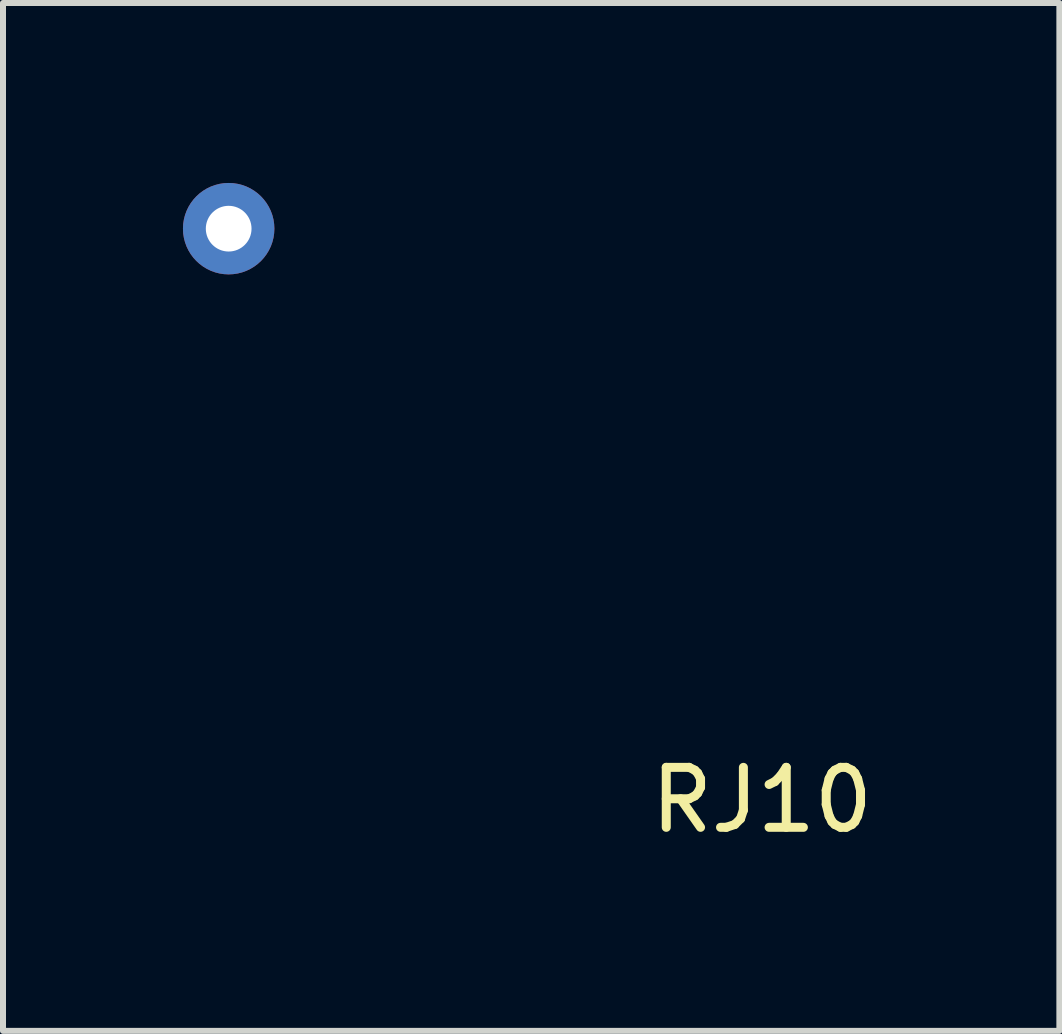
<source format=kicad_pcb>
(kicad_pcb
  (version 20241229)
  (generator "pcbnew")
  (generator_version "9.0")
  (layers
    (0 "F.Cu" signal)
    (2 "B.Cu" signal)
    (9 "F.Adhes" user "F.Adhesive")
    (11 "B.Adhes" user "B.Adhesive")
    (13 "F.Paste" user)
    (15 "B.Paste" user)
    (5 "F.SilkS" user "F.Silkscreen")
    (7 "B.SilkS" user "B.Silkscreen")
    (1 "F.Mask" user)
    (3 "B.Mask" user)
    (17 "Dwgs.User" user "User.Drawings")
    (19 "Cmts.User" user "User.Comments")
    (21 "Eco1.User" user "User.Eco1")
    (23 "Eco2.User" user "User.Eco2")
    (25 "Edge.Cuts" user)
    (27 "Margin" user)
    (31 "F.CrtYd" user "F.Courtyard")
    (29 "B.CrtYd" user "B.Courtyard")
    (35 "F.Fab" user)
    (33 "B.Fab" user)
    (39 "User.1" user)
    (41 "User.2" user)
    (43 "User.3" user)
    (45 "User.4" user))
  (footprint "RJ10"
    (layer "F.Cu")
    (at 2.032 2.667)
    (property "Reference" "RJ10" (at 7.62 7.62 0) (layer "F.SilkS") (effects (font (size 1 1) (thickness 0.15))))
    (attr through_hole)
    (pad "1" thru_hole circle (at -1.27 -1.905) (size 1.524 1.524) (drill 0.762) (layers "*.Cu" "*.Mask")))
  (gr_rect
    (start -3 -3)
    (end 14.61 14.135)
    (stroke (width 0.1) (type default))
    (fill no)
    (layer "Edge.Cuts")))
</source>
